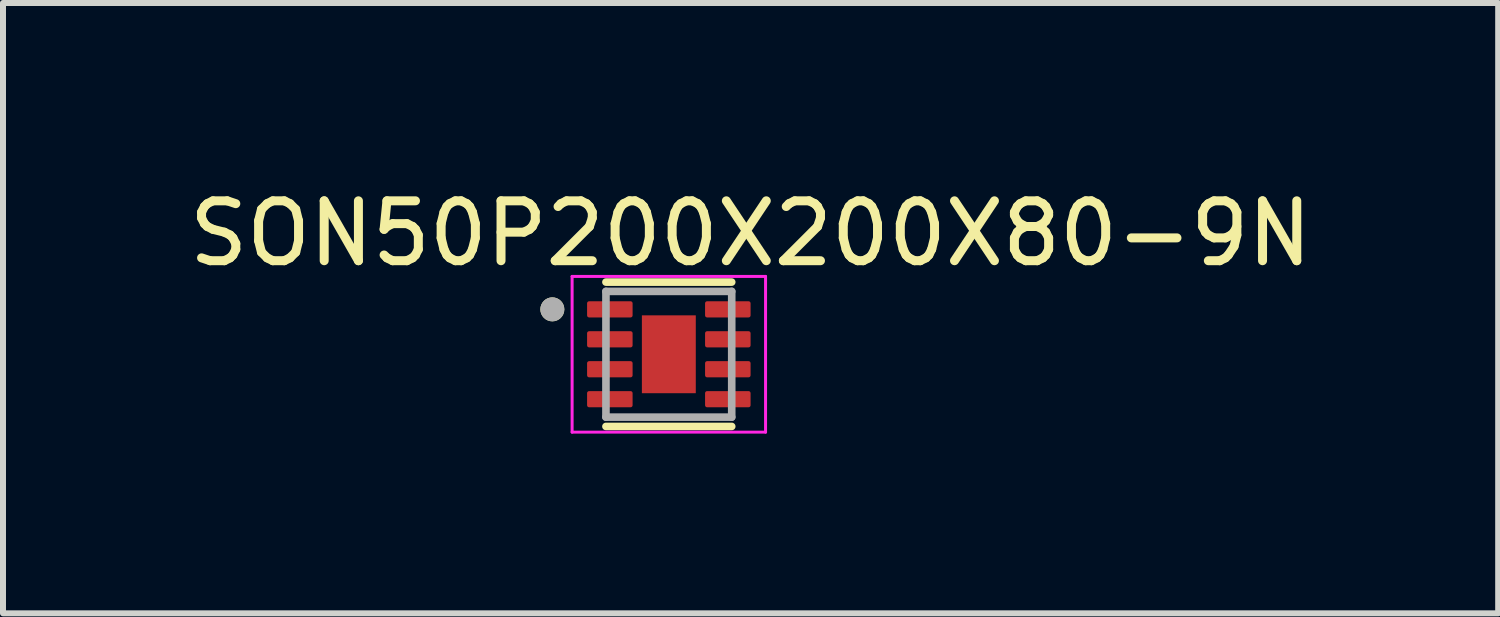
<source format=kicad_pcb>
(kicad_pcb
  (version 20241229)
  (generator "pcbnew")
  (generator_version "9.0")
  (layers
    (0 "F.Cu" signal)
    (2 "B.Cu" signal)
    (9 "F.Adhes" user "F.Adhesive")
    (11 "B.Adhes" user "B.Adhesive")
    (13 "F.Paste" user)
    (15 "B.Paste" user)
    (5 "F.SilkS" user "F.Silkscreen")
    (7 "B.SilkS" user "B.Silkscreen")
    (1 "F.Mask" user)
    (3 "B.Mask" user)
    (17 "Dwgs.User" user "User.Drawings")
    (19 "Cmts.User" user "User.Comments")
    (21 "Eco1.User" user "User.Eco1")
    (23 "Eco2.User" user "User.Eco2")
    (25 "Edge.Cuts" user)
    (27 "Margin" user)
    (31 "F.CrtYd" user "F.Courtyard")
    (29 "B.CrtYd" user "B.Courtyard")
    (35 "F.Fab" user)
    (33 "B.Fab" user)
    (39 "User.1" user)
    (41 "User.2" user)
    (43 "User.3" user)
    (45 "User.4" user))
  (footprint "SON50P200X200X80-9N"
    (layer "F.Cu")
    (at 8.117 2.865)
    (property "Reference" "SON50P200X200X80-9N" (at 1.365 -2.017 0) (layer "F.SilkS") (effects (font (size 1 1) (thickness 0.15))))
    (attr smd)
    (fp_line (start -1.05 -1.205) (end 1.05 -1.205) (stroke (width 0.127) (type solid)) (layer "F.SilkS"))
    (fp_line (start -1.05 1.205) (end 1.05 1.205) (stroke (width 0.127) (type solid)) (layer "F.SilkS"))
    (fp_circle (center -1.945 -0.75) (end -1.845 -0.75) (stroke (width 0.2) (type solid)) (fill no) (layer "F.SilkS"))
    (fp_poly (pts (xy -0.28 -0.41) (xy 0.28 -0.41) (xy 0.28 0.41) (xy -0.28 0.41)) (stroke (width 0.01) (type solid)) (fill yes) (layer "F.Paste"))
    (fp_line (start -1.615 -1.3) (end -1.615 1.3) (stroke (width 0.05) (type solid)) (layer "F.CrtYd"))
    (fp_line (start -1.615 -1.3) (end 1.615 -1.3) (stroke (width 0.05) (type solid)) (layer "F.CrtYd"))
    (fp_line (start -1.615 1.3) (end 1.615 1.3) (stroke (width 0.05) (type solid)) (layer "F.CrtYd"))
    (fp_line (start 1.615 -1.3) (end 1.615 1.3) (stroke (width 0.05) (type solid)) (layer "F.CrtYd"))
    (fp_line (start -1.05 -1.05) (end -1.05 1.05) (stroke (width 0.127) (type solid)) (layer "F.Fab"))
    (fp_line (start -1.05 -1.05) (end 1.05 -1.05) (stroke (width 0.127) (type solid)) (layer "F.Fab"))
    (fp_line (start -1.05 1.05) (end 1.05 1.05) (stroke (width 0.127) (type solid)) (layer "F.Fab"))
    (fp_line (start 1.05 -1.05) (end 1.05 1.05) (stroke (width 0.127) (type solid)) (layer "F.Fab"))
    (fp_circle (center -1.945 -0.75) (end -1.845 -0.75) (stroke (width 0.2) (type solid)) (fill no) (layer "F.Fab"))
    (pad "1" smd roundrect (at -0.985 -0.75) (size 0.76 0.27) (layers "F.Cu" "F.Mask" "F.Paste") (roundrect_rratio 0.125))
    (pad "2" smd roundrect (at -0.985 -0.25) (size 0.76 0.27) (layers "F.Cu" "F.Mask" "F.Paste") (roundrect_rratio 0.125))
    (pad "3" smd roundrect (at -0.985 0.25) (size 0.76 0.27) (layers "F.Cu" "F.Mask" "F.Paste") (roundrect_rratio 0.125))
    (pad "4" smd roundrect (at -0.985 0.75) (size 0.76 0.27) (layers "F.Cu" "F.Mask" "F.Paste") (roundrect_rratio 0.125))
    (pad "5" smd roundrect (at 0.985 0.75) (size 0.76 0.27) (layers "F.Cu" "F.Mask" "F.Paste") (roundrect_rratio 0.125))
    (pad "6" smd roundrect (at 0.985 0.25) (size 0.76 0.27) (layers "F.Cu" "F.Mask" "F.Paste") (roundrect_rratio 0.125))
    (pad "7" smd roundrect (at 0.985 -0.25) (size 0.76 0.27) (layers "F.Cu" "F.Mask" "F.Paste") (roundrect_rratio 0.125))
    (pad "8" smd roundrect (at 0.985 -0.75) (size 0.76 0.27) (layers "F.Cu" "F.Mask" "F.Paste") (roundrect_rratio 0.125))
    (pad "9" smd rect (at 0 0) (size 0.9 1.3) (layers "F.Cu" "F.Mask")))
  (gr_rect
    (start -3 -3)
    (end 21.964 7.19)
    (stroke (width 0.1) (type default))
    (fill no)
    (layer "Edge.Cuts")))
</source>
